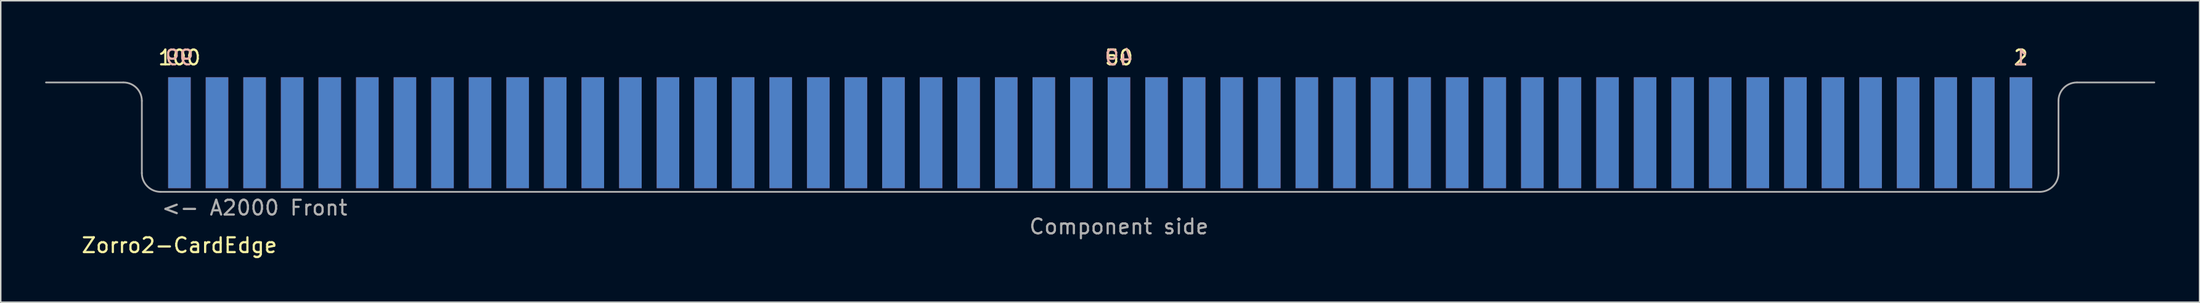
<source format=kicad_pcb>
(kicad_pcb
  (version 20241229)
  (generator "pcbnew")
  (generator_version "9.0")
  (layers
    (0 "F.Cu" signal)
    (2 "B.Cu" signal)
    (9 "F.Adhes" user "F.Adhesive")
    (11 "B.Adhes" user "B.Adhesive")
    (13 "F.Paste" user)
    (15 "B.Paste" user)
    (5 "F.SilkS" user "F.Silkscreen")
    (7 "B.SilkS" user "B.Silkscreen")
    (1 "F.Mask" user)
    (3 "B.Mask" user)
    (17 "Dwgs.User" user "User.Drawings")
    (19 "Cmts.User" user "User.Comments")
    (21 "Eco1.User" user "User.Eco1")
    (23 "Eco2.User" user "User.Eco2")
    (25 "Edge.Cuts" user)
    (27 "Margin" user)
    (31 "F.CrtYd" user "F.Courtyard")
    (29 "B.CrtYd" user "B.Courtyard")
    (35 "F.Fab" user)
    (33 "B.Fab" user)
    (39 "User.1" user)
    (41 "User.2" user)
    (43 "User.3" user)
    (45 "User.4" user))
  (footprint "Zorro2-CardEdge"
    (layer "F.Cu")
    (at 9.077 5.928)
    (property "Reference" "Zorro2-CardEdge" (at 0 7.62 180) (layer "F.SilkS") (effects (font (size 1 1) (thickness 0.15))))
    (attr through_hole)
    (fp_poly (pts (xy 128.27 5.08) (xy -3.81 5.08) (xy -3.81 -3.81) (xy 128.27 -3.81)) (stroke (width 0.1) (type solid)) (fill yes) (layer "F.Mask"))
    (fp_poly (pts (xy 128.27 5.08) (xy -3.81 5.08) (xy -3.81 -3.81) (xy 128.27 -3.81)) (stroke (width 0.1) (type solid)) (fill yes) (layer "B.Mask"))
    (fp_line (start -3.81 -3.4) (end -9.017 -3.4) (stroke (width 0.12) (type solid)) (layer "F.Fab"))
    (fp_line (start -2.54 2.73) (end -2.54 -2.159) (stroke (width 0.12) (type solid)) (layer "F.Fab"))
    (fp_line (start -1.27 4) (end 125.73 4) (stroke (width 0.12) (type solid)) (layer "F.Fab"))
    (fp_line (start 127 2.73) (end 127 -2.159) (stroke (width 0.12) (type solid)) (layer "F.Fab"))
    (fp_line (start 128.27 -3.4) (end 133.477 -3.4) (stroke (width 0.12) (type solid)) (layer "F.Fab"))
    (fp_arc (start -3.781 -3.4) (mid -2.90348 -3.03652) (end -2.54 -2.159) (stroke (width 0.12) (type solid)) (layer "F.Fab"))
    (fp_arc (start -1.27 4) (mid -2.168026 3.628026) (end -2.54 2.73) (stroke (width 0.12) (type solid)) (layer "F.Fab"))
    (fp_arc (start 127 -2.159) (mid 127.36348 -3.03652) (end 128.241 -3.4) (stroke (width 0.12) (type solid)) (layer "F.Fab"))
    (fp_arc (start 127 2.73) (mid 126.628026 3.628026) (end 125.73 4) (stroke (width 0.12) (type solid)) (layer "F.Fab"))
    (fp_text user "100" (at 0 -5.08 180) (layer "F.SilkS") (effects (font (size 1 1) (thickness 0.15))))
    (fp_text user "50" (at 63.5 -5.08 0) (layer "F.SilkS") (effects (font (size 1 1) (thickness 0.15))))
    (fp_text user "2" (at 124.46 -5.08 0) (layer "F.SilkS") (effects (font (size 1 1) (thickness 0.15))))
    (fp_text user "49" (at 63.5 -5.08 0) (layer "B.SilkS") (effects (font (size 1 1) (thickness 0.15)) (justify mirror)))
    (fp_text user "99" (at 0 -5.08 0) (layer "B.SilkS") (effects (font (size 1 1) (thickness 0.15)) (justify mirror)))
    (fp_text user "1" (at 124.46 -5.08 0) (layer "B.SilkS") (effects (font (size 1 1) (thickness 0.15)) (justify mirror)))
    (fp_text user "<- A2000 Front" (at 5.08 5.08 0) (layer "F.Fab") (effects (font (size 1 1) (thickness 0.15))))
    (fp_text user "Component side" (at 63.5 6.35 0) (layer "F.Fab") (effects (font (size 1 1) (thickness 0.15))))
    (pad "1" connect rect (at 124.46 0 180) (size 1.524 7.5) (layers "B.Cu" "B.Mask"))
    (pad "2" connect rect (at 124.46 0 180) (size 1.524 7.5) (layers "F.Cu" "F.Mask"))
    (pad "3" connect rect (at 121.92 0 180) (size 1.524 7.5) (layers "B.Cu" "B.Mask"))
    (pad "4" connect rect (at 121.92 0 180) (size 1.524 7.5) (layers "F.Cu" "F.Mask"))
    (pad "5" connect rect (at 119.38 0 180) (size 1.524 7.5) (layers "B.Cu" "B.Mask"))
    (pad "6" connect rect (at 119.38 0 180) (size 1.524 7.5) (layers "F.Cu" "F.Mask"))
    (pad "7" connect rect (at 116.84 0 180) (size 1.524 7.5) (layers "B.Cu" "B.Mask"))
    (pad "8" connect rect (at 116.84 0 180) (size 1.524 7.5) (layers "F.Cu" "F.Mask"))
    (pad "9" connect rect (at 114.3 0 180) (size 1.524 7.5) (layers "B.Cu" "B.Mask"))
    (pad "10" connect rect (at 114.3 0 180) (size 1.524 7.5) (layers "F.Cu" "F.Mask"))
    (pad "11" connect rect (at 111.76 0 180) (size 1.524 7.5) (layers "B.Cu" "B.Mask"))
    (pad "12" connect rect (at 111.76 0 180) (size 1.524 7.5) (layers "F.Cu" "F.Mask"))
    (pad "13" connect rect (at 109.22 0 180) (size 1.524 7.5) (layers "B.Cu" "B.Mask"))
    (pad "14" connect rect (at 109.22 0 180) (size 1.524 7.5) (layers "F.Cu" "F.Mask"))
    (pad "15" connect rect (at 106.68 0 180) (size 1.524 7.5) (layers "B.Cu" "B.Mask"))
    (pad "16" connect rect (at 106.68 0 180) (size 1.524 7.5) (layers "F.Cu" "F.Mask"))
    (pad "17" connect rect (at 104.14 0 180) (size 1.524 7.5) (layers "B.Cu" "B.Mask"))
    (pad "18" connect rect (at 104.14 0 180) (size 1.524 7.5) (layers "F.Cu" "F.Mask"))
    (pad "19" connect rect (at 101.6 0 180) (size 1.524 7.5) (layers "B.Cu" "B.Mask"))
    (pad "20" connect rect (at 101.6 0 180) (size 1.524 7.5) (layers "F.Cu" "F.Mask"))
    (pad "21" connect rect (at 99.06 0 180) (size 1.524 7.5) (layers "B.Cu" "B.Mask"))
    (pad "22" connect rect (at 99.06 0 180) (size 1.524 7.5) (layers "F.Cu" "F.Mask"))
    (pad "23" connect rect (at 96.52 0 180) (size 1.524 7.5) (layers "B.Cu" "B.Mask"))
    (pad "24" connect rect (at 96.52 0 180) (size 1.524 7.5) (layers "F.Cu" "F.Mask"))
    (pad "25" connect rect (at 93.98 0 180) (size 1.524 7.5) (layers "B.Cu" "B.Mask"))
    (pad "26" connect rect (at 93.98 0 180) (size 1.524 7.5) (layers "F.Cu" "F.Mask"))
    (pad "27" connect rect (at 91.44 0 180) (size 1.524 7.5) (layers "B.Cu" "B.Mask"))
    (pad "28" connect rect (at 91.44 0 180) (size 1.524 7.5) (layers "F.Cu" "F.Mask"))
    (pad "29" connect rect (at 88.9 0 180) (size 1.524 7.5) (layers "B.Cu" "B.Mask"))
    (pad "30" connect rect (at 88.9 0 180) (size 1.524 7.5) (layers "F.Cu" "F.Mask"))
    (pad "31" connect rect (at 86.36 0 180) (size 1.524 7.5) (layers "B.Cu" "B.Mask"))
    (pad "32" connect rect (at 86.36 0 180) (size 1.524 7.5) (layers "F.Cu" "F.Mask"))
    (pad "33" connect rect (at 83.82 0 180) (size 1.524 7.5) (layers "B.Cu" "B.Mask"))
    (pad "34" connect rect (at 83.82 0 180) (size 1.524 7.5) (layers "F.Cu" "F.Mask"))
    (pad "35" connect rect (at 81.28 0 180) (size 1.524 7.5) (layers "B.Cu" "B.Mask"))
    (pad "36" connect rect (at 81.28 0 180) (size 1.524 7.5) (layers "F.Cu" "F.Mask"))
    (pad "37" connect rect (at 78.74 0 180) (size 1.524 7.5) (layers "B.Cu" "B.Mask"))
    (pad "38" connect rect (at 78.74 0 180) (size 1.524 7.5) (layers "F.Cu" "F.Mask"))
    (pad "39" connect rect (at 76.2 0 180) (size 1.524 7.5) (layers "B.Cu" "B.Mask"))
    (pad "40" connect rect (at 76.2 0 180) (size 1.524 7.5) (layers "F.Cu" "F.Mask"))
    (pad "41" connect rect (at 73.66 0 180) (size 1.524 7.5) (layers "B.Cu" "B.Mask"))
    (pad "42" connect rect (at 73.66 0 180) (size 1.524 7.5) (layers "F.Cu" "F.Mask"))
    (pad "43" connect rect (at 71.12 0 180) (size 1.524 7.5) (layers "B.Cu" "B.Mask"))
    (pad "44" connect rect (at 71.12 0 180) (size 1.524 7.5) (layers "F.Cu" "F.Mask"))
    (pad "45" connect rect (at 68.58 0 180) (size 1.524 7.5) (layers "B.Cu" "B.Mask"))
    (pad "46" connect rect (at 68.58 0 180) (size 1.524 7.5) (layers "F.Cu" "F.Mask"))
    (pad "47" connect rect (at 66.04 0 180) (size 1.524 7.5) (layers "B.Cu" "B.Mask"))
    (pad "48" connect rect (at 66.04 0 180) (size 1.524 7.5) (layers "F.Cu" "F.Mask"))
    (pad "49" connect rect (at 63.5 0 180) (size 1.524 7.5) (layers "B.Cu" "B.Mask"))
    (pad "50" connect rect (at 63.5 0 180) (size 1.524 7.5) (layers "F.Cu" "F.Mask"))
    (pad "51" connect rect (at 60.96 0 180) (size 1.524 7.5) (layers "B.Cu" "B.Mask"))
    (pad "52" connect rect (at 60.96 0 180) (size 1.524 7.5) (layers "F.Cu" "F.Mask"))
    (pad "53" connect rect (at 58.42 0 180) (size 1.524 7.5) (layers "B.Cu" "B.Mask"))
    (pad "54" connect rect (at 58.42 0 180) (size 1.524 7.5) (layers "F.Cu" "F.Mask"))
    (pad "55" connect rect (at 55.88 0 180) (size 1.524 7.5) (layers "B.Cu" "B.Mask"))
    (pad "56" connect rect (at 55.88 0 180) (size 1.524 7.5) (layers "F.Cu" "F.Mask"))
    (pad "57" connect rect (at 53.34 0 180) (size 1.524 7.5) (layers "B.Cu" "B.Mask"))
    (pad "58" connect rect (at 53.34 0 180) (size 1.524 7.5) (layers "F.Cu" "F.Mask"))
    (pad "59" connect rect (at 50.8 0 180) (size 1.524 7.5) (layers "B.Cu" "B.Mask"))
    (pad "60" connect rect (at 50.8 0 180) (size 1.524 7.5) (layers "F.Cu" "F.Mask"))
    (pad "61" connect rect (at 48.26 0 180) (size 1.524 7.5) (layers "B.Cu" "B.Mask"))
    (pad "62" connect rect (at 48.26 0 180) (size 1.524 7.5) (layers "F.Cu" "F.Mask"))
    (pad "63" connect rect (at 45.72 0 180) (size 1.524 7.5) (layers "B.Cu" "B.Mask"))
    (pad "64" connect rect (at 45.72 0 180) (size 1.524 7.5) (layers "F.Cu" "F.Mask"))
    (pad "65" connect rect (at 43.18 0 180) (size 1.524 7.5) (layers "B.Cu" "B.Mask"))
    (pad "66" connect rect (at 43.18 0 180) (size 1.524 7.5) (layers "F.Cu" "F.Mask"))
    (pad "67" connect rect (at 40.64 0 180) (size 1.524 7.5) (layers "B.Cu" "B.Mask"))
    (pad "68" connect rect (at 40.64 0 180) (size 1.524 7.5) (layers "F.Cu" "F.Mask"))
    (pad "69" connect rect (at 38.1 0 180) (size 1.524 7.5) (layers "B.Cu" "B.Mask"))
    (pad "70" connect rect (at 38.1 0 180) (size 1.524 7.5) (layers "F.Cu" "F.Mask"))
    (pad "71" connect rect (at 35.56 0 180) (size 1.524 7.5) (layers "B.Cu" "B.Mask"))
    (pad "72" connect rect (at 35.56 0 180) (size 1.524 7.5) (layers "F.Cu" "F.Mask"))
    (pad "73" connect rect (at 33.02 0 180) (size 1.524 7.5) (layers "B.Cu" "B.Mask"))
    (pad "74" connect rect (at 33.02 0 180) (size 1.524 7.5) (layers "F.Cu" "F.Mask"))
    (pad "75" connect rect (at 30.48 0 180) (size 1.524 7.5) (layers "B.Cu" "B.Mask"))
    (pad "76" connect rect (at 30.48 0 180) (size 1.524 7.5) (layers "F.Cu" "F.Mask"))
    (pad "77" connect rect (at 27.94 0 180) (size 1.524 7.5) (layers "B.Cu" "B.Mask"))
    (pad "78" connect rect (at 27.94 0 180) (size 1.524 7.5) (layers "F.Cu" "F.Mask"))
    (pad "79" connect rect (at 25.4 0 180) (size 1.524 7.5) (layers "B.Cu" "B.Mask"))
    (pad "80" connect rect (at 25.4 0 180) (size 1.524 7.5) (layers "F.Cu" "F.Mask"))
    (pad "81" connect rect (at 22.86 0 180) (size 1.524 7.5) (layers "B.Cu" "B.Mask"))
    (pad "82" connect rect (at 22.86 0 180) (size 1.524 7.5) (layers "F.Cu" "F.Mask"))
    (pad "83" connect rect (at 20.32 0 180) (size 1.524 7.5) (layers "B.Cu" "B.Mask"))
    (pad "84" connect rect (at 20.32 0 180) (size 1.524 7.5) (layers "F.Cu" "F.Mask"))
    (pad "85" connect rect (at 17.78 0 180) (size 1.524 7.5) (layers "B.Cu" "B.Mask"))
    (pad "86" connect rect (at 17.78 0 180) (size 1.524 7.5) (layers "F.Cu" "F.Mask"))
    (pad "87" connect rect (at 15.24 0 180) (size 1.524 7.5) (layers "B.Cu" "B.Mask"))
    (pad "88" connect rect (at 15.24 0 180) (size 1.524 7.5) (layers "F.Cu" "F.Mask"))
    (pad "89" connect rect (at 12.7 0 180) (size 1.524 7.5) (layers "B.Cu" "B.Mask"))
    (pad "90" connect rect (at 12.7 0 180) (size 1.524 7.5) (layers "F.Cu" "F.Mask"))
    (pad "91" connect rect (at 10.16 0 180) (size 1.524 7.5) (layers "B.Cu" "B.Mask"))
    (pad "92" connect rect (at 10.16 0 180) (size 1.524 7.5) (layers "F.Cu" "F.Mask"))
    (pad "93" connect rect (at 7.62 0 180) (size 1.524 7.5) (layers "B.Cu" "B.Mask"))
    (pad "94" connect rect (at 7.62 0 180) (size 1.524 7.5) (layers "F.Cu" "F.Mask"))
    (pad "95" connect rect (at 5.08 0 180) (size 1.524 7.5) (layers "B.Cu" "B.Mask"))
    (pad "96" connect rect (at 5.08 0 180) (size 1.524 7.5) (layers "F.Cu" "F.Mask"))
    (pad "97" connect rect (at 2.54 0 180) (size 1.524 7.5) (layers "B.Cu" "B.Mask"))
    (pad "98" connect rect (at 2.54 0 180) (size 1.524 7.5) (layers "F.Cu" "F.Mask"))
    (pad "99" connect rect (at 0 0 180) (size 1.524 7.5) (layers "B.Cu" "B.Mask"))
    (pad "100" connect rect (at 0 0 180) (size 1.524 7.5) (layers "F.Cu" "F.Mask")))
  (gr_rect
    (start -3 -3)
    (end 145.614 17.396)
    (stroke (width 0.1) (type default))
    (fill no)
    (layer "Edge.Cuts")))
</source>
